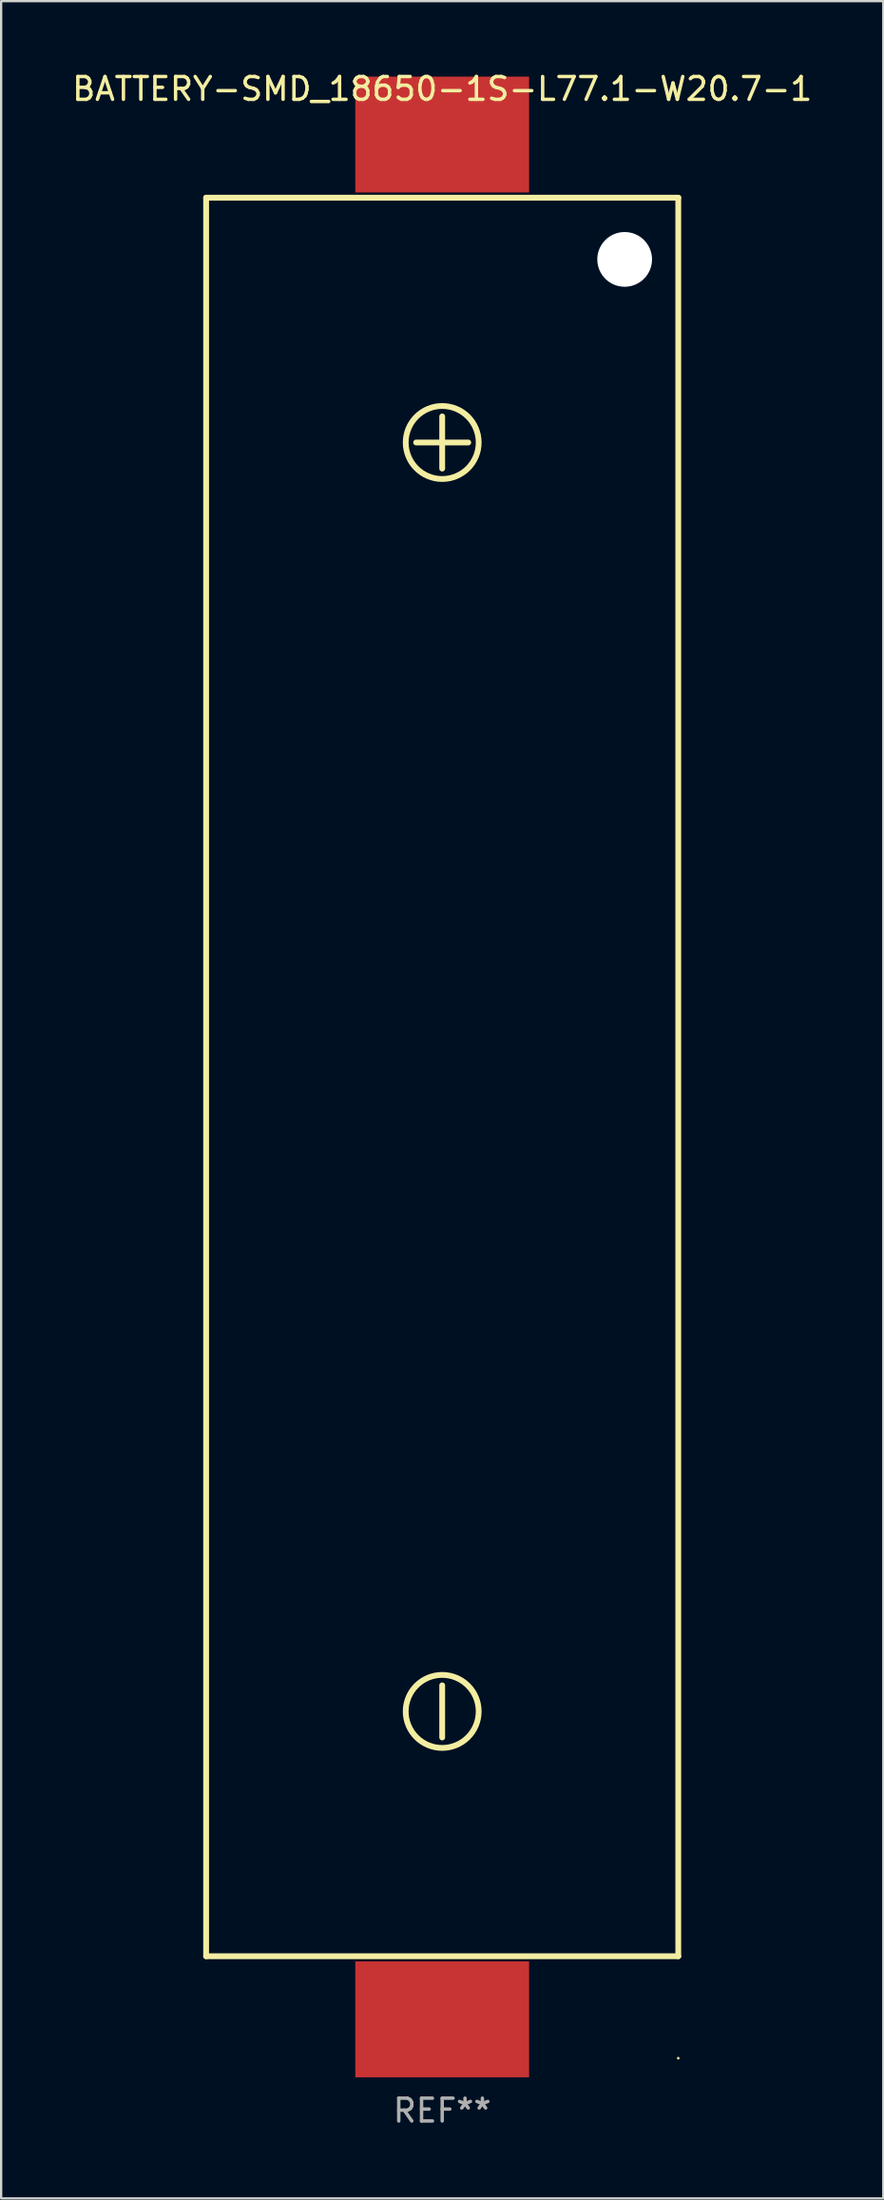
<source format=kicad_pcb>
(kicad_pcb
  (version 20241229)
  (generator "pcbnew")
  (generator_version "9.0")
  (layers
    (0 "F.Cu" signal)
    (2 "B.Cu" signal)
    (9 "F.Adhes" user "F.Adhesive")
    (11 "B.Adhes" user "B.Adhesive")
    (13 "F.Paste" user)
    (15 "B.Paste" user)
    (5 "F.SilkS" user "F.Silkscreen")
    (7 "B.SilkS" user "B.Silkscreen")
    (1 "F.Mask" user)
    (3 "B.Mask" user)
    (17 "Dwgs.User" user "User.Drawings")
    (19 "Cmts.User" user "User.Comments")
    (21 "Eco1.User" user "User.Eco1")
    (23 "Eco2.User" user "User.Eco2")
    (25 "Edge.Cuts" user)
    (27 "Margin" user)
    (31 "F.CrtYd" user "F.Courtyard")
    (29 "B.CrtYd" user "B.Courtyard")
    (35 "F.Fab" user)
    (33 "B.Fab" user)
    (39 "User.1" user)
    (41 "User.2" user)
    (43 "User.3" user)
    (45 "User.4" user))
  (footprint "BATTERY-SMD_18650-1S-L77.1-W20.7-1"
    (layer "F.Cu")
    (at 16.339 44.161)
    (property "Reference" "BATTERY-SMD_18650-1S-L77.1-W20.7-1" (at 0 -43.313 0) (layer "F.SilkS") (effects (font (size 1 1) (thickness 0.15))))
    (attr smd)
    (fp_line (start -10.351 -38.545) (end -10.351 38.545) (stroke (width 0.254) (type solid)) (layer "F.SilkS"))
    (fp_line (start -10.351 38.545) (end 10.351 38.545) (stroke (width 0.254) (type solid)) (layer "F.SilkS"))
    (fp_line (start 0 -28.956) (end 0 -26.67) (stroke (width 0.254) (type solid)) (layer "F.SilkS"))
    (fp_line (start 0 26.67) (end 0 28.956) (stroke (width 0.254) (type solid)) (layer "F.SilkS"))
    (fp_line (start 1.143 -27.813) (end -1.143 -27.813) (stroke (width 0.254) (type solid)) (layer "F.SilkS"))
    (fp_line (start 10.351 -38.545) (end -10.351 -38.545) (stroke (width 0.254) (type solid)) (layer "F.SilkS"))
    (fp_line (start 10.351 38.545) (end 10.351 -38.545) (stroke (width 0.254) (type solid)) (layer "F.SilkS"))
    (fp_circle (center 0 -27.813) (end 1.6 -27.813) (stroke (width 0.254) (type solid)) (fill no) (layer "F.SilkS"))
    (fp_circle (center 0 27.813) (end 1.6 27.813) (stroke (width 0.254) (type solid)) (fill no) (layer "F.SilkS"))
    (fp_circle (center 10.35 43.015) (end 10.38 43.015) (stroke (width 0.06) (type solid)) (fill no) (layer "F.SilkS"))
    (fp_circle (center 8 -35.84) (end 8.393 -35.84) (stroke (width 0.786) (type solid)) (fill no) (layer "F.Fab"))
    (fp_text user "REF**" (at 0 45.313 0) (layer "F.Fab") (effects (font (size 1 1) (thickness 0.15))))
    (pad "" np_thru_hole circle (at 8 -35.84) (size 2.4 2.4) (drill 2.4) (layers "*.Cu" "*.Mask"))
    (pad "1" smd rect (at 0 41.313) (size 7.62 5.08) (layers "F.Cu" "F.Mask" "F.Paste"))
    (pad "2" smd rect (at 0 -41.313) (size 7.62 5.08) (layers "F.Cu" "F.Mask" "F.Paste")))
  (gr_rect
    (start -3 -3)
    (end 35.679 93.323)
    (stroke (width 0.1) (type default))
    (fill no)
    (layer "Edge.Cuts")))
</source>
